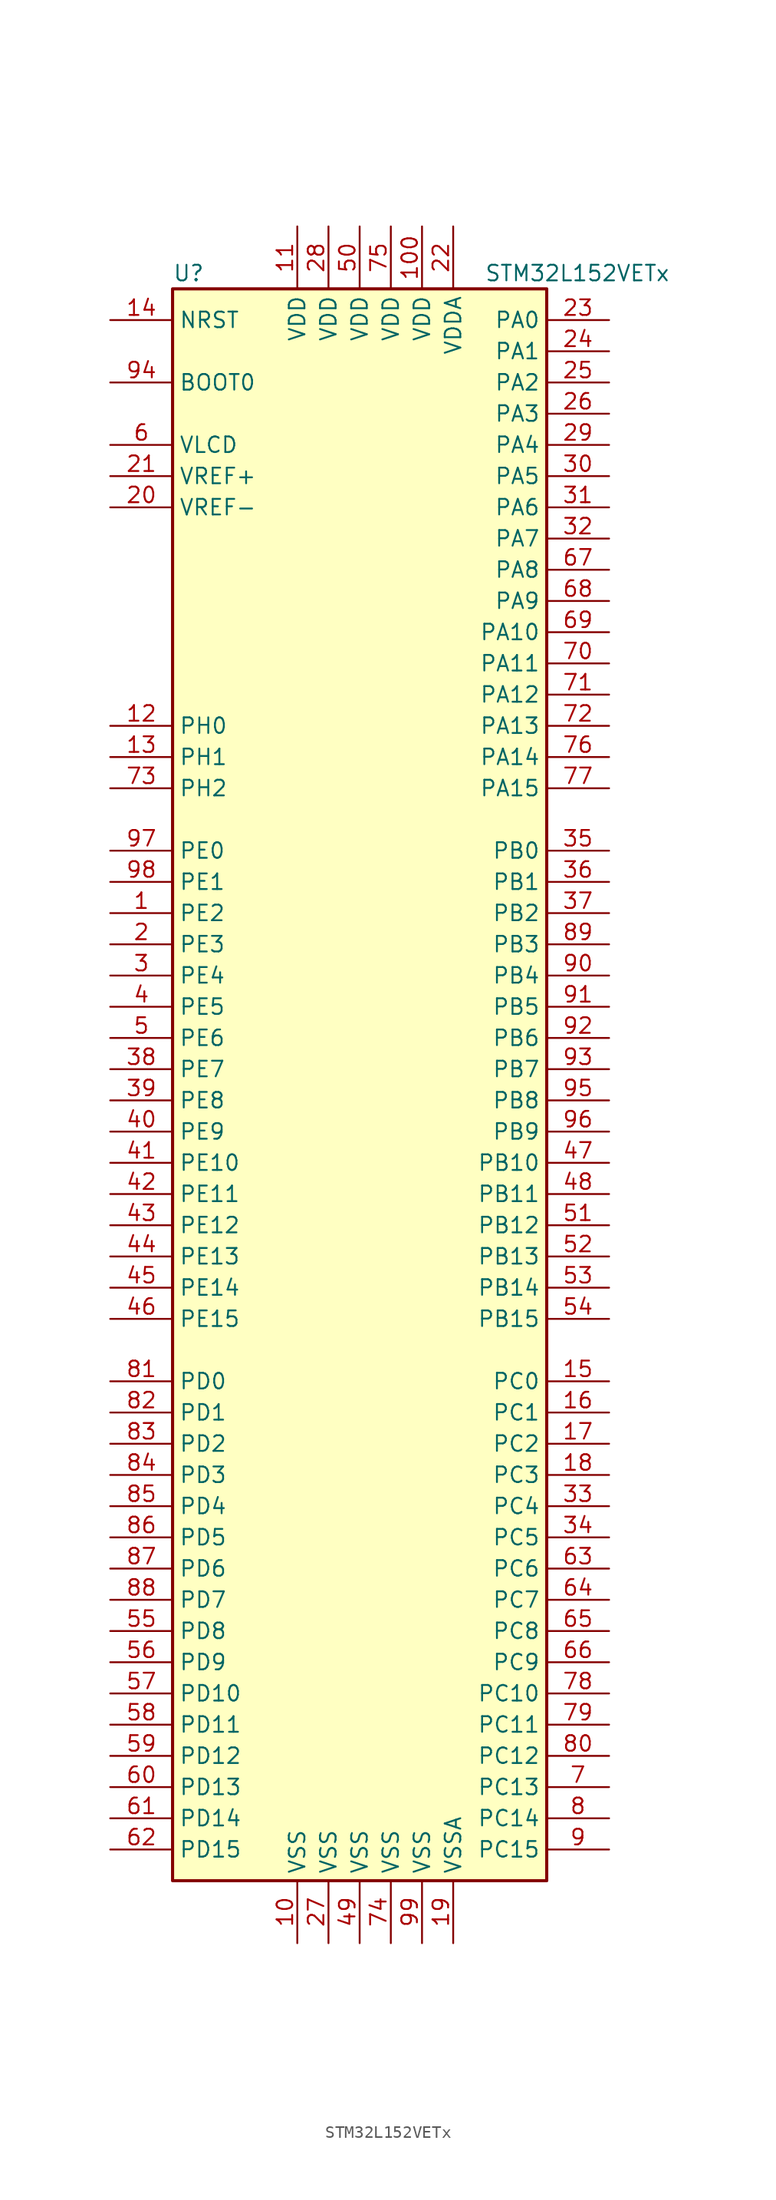
<source format=kicad_sym>
(kicad_symbol_lib
  (version 20211014)
  (generator kicad_symbol_editor)
  (symbol "STM32L152VETx"
    (property "Reference" "U"
      (at -15.24 64.77 0)
      (effects (font (size 1.27 1.27)) (justify left)))
    (property "Value" "STM32L152VETx"
      (at 10.16 64.77 0)
      (effects (font (size 1.27 1.27)) (justify left)))
    (symbol "STM32L152VETx_0_1"
      (rectangle (start -15.24 -66.04) (end 15.24 63.5) (stroke (width 0.254) (type default) (color 0 0 0 0)) (fill (type background))))
    (symbol "STM32L152VETx_1_1"
      (pin bidirectional line (at -20.32 12.7 0) (length 5.08) (name "PE2" (effects (font (size 1.27 1.27)))) (number "1" (effects (font (size 1.27 1.27)))))
      (pin power_in line (at -5.08 -71.12 90) (length 5.08) (name "VSS" (effects (font (size 1.27 1.27)))) (number "10" (effects (font (size 1.27 1.27)))))
      (pin power_in line (at 5.08 68.58 270) (length 5.08) (name "VDD" (effects (font (size 1.27 1.27)))) (number "100" (effects (font (size 1.27 1.27)))))
      (pin power_in line (at -5.08 68.58 270) (length 5.08) (name "VDD" (effects (font (size 1.27 1.27)))) (number "11" (effects (font (size 1.27 1.27)))))
      (pin input line (at -20.32 27.94 0) (length 5.08) (name "PH0" (effects (font (size 1.27 1.27)))) (number "12" (effects (font (size 1.27 1.27)))))
      (pin input line (at -20.32 25.4 0) (length 5.08) (name "PH1" (effects (font (size 1.27 1.27)))) (number "13" (effects (font (size 1.27 1.27)))))
      (pin input line (at -20.32 60.96 0) (length 5.08) (name "NRST" (effects (font (size 1.27 1.27)))) (number "14" (effects (font (size 1.27 1.27)))))
      (pin bidirectional line (at 20.32 -25.4 180) (length 5.08) (name "PC0" (effects (font (size 1.27 1.27)))) (number "15" (effects (font (size 1.27 1.27)))))
      (pin bidirectional line (at 20.32 -27.94 180) (length 5.08) (name "PC1" (effects (font (size 1.27 1.27)))) (number "16" (effects (font (size 1.27 1.27)))))
      (pin bidirectional line (at 20.32 -30.48 180) (length 5.08) (name "PC2" (effects (font (size 1.27 1.27)))) (number "17" (effects (font (size 1.27 1.27)))))
      (pin bidirectional line (at 20.32 -33.02 180) (length 5.08) (name "PC3" (effects (font (size 1.27 1.27)))) (number "18" (effects (font (size 1.27 1.27)))))
      (pin power_in line (at 7.62 -71.12 90) (length 5.08) (name "VSSA" (effects (font (size 1.27 1.27)))) (number "19" (effects (font (size 1.27 1.27)))))
      (pin bidirectional line (at -20.32 10.16 0) (length 5.08) (name "PE3" (effects (font (size 1.27 1.27)))) (number "2" (effects (font (size 1.27 1.27)))))
      (pin power_in line (at -20.32 45.72 0) (length 5.08) (name "VREF-" (effects (font (size 1.27 1.27)))) (number "20" (effects (font (size 1.27 1.27)))))
      (pin power_in line (at -20.32 48.26 0) (length 5.08) (name "VREF+" (effects (font (size 1.27 1.27)))) (number "21" (effects (font (size 1.27 1.27)))))
      (pin power_in line (at 7.62 68.58 270) (length 5.08) (name "VDDA" (effects (font (size 1.27 1.27)))) (number "22" (effects (font (size 1.27 1.27)))))
      (pin bidirectional line (at 20.32 60.96 180) (length 5.08) (name "PA0" (effects (font (size 1.27 1.27)))) (number "23" (effects (font (size 1.27 1.27)))))
      (pin bidirectional line (at 20.32 58.42 180) (length 5.08) (name "PA1" (effects (font (size 1.27 1.27)))) (number "24" (effects (font (size 1.27 1.27)))))
      (pin bidirectional line (at 20.32 55.88 180) (length 5.08) (name "PA2" (effects (font (size 1.27 1.27)))) (number "25" (effects (font (size 1.27 1.27)))))
      (pin bidirectional line (at 20.32 53.34 180) (length 5.08) (name "PA3" (effects (font (size 1.27 1.27)))) (number "26" (effects (font (size 1.27 1.27)))))
      (pin power_in line (at -2.54 -71.12 90) (length 5.08) (name "VSS" (effects (font (size 1.27 1.27)))) (number "27" (effects (font (size 1.27 1.27)))))
      (pin power_in line (at -2.54 68.58 270) (length 5.08) (name "VDD" (effects (font (size 1.27 1.27)))) (number "28" (effects (font (size 1.27 1.27)))))
      (pin bidirectional line (at 20.32 50.8 180) (length 5.08) (name "PA4" (effects (font (size 1.27 1.27)))) (number "29" (effects (font (size 1.27 1.27)))))
      (pin bidirectional line (at -20.32 7.62 0) (length 5.08) (name "PE4" (effects (font (size 1.27 1.27)))) (number "3" (effects (font (size 1.27 1.27)))))
      (pin bidirectional line (at 20.32 48.26 180) (length 5.08) (name "PA5" (effects (font (size 1.27 1.27)))) (number "30" (effects (font (size 1.27 1.27)))))
      (pin bidirectional line (at 20.32 45.72 180) (length 5.08) (name "PA6" (effects (font (size 1.27 1.27)))) (number "31" (effects (font (size 1.27 1.27)))))
      (pin bidirectional line (at 20.32 43.18 180) (length 5.08) (name "PA7" (effects (font (size 1.27 1.27)))) (number "32" (effects (font (size 1.27 1.27)))))
      (pin bidirectional line (at 20.32 -35.56 180) (length 5.08) (name "PC4" (effects (font (size 1.27 1.27)))) (number "33" (effects (font (size 1.27 1.27)))))
      (pin bidirectional line (at 20.32 -38.1 180) (length 5.08) (name "PC5" (effects (font (size 1.27 1.27)))) (number "34" (effects (font (size 1.27 1.27)))))
      (pin bidirectional line (at 20.32 17.78 180) (length 5.08) (name "PB0" (effects (font (size 1.27 1.27)))) (number "35" (effects (font (size 1.27 1.27)))))
      (pin bidirectional line (at 20.32 15.24 180) (length 5.08) (name "PB1" (effects (font (size 1.27 1.27)))) (number "36" (effects (font (size 1.27 1.27)))))
      (pin bidirectional line (at 20.32 12.7 180) (length 5.08) (name "PB2" (effects (font (size 1.27 1.27)))) (number "37" (effects (font (size 1.27 1.27)))))
      (pin bidirectional line (at -20.32 0 0) (length 5.08) (name "PE7" (effects (font (size 1.27 1.27)))) (number "38" (effects (font (size 1.27 1.27)))))
      (pin bidirectional line (at -20.32 -2.54 0) (length 5.08) (name "PE8" (effects (font (size 1.27 1.27)))) (number "39" (effects (font (size 1.27 1.27)))))
      (pin bidirectional line (at -20.32 5.08 0) (length 5.08) (name "PE5" (effects (font (size 1.27 1.27)))) (number "4" (effects (font (size 1.27 1.27)))))
      (pin bidirectional line (at -20.32 -5.08 0) (length 5.08) (name "PE9" (effects (font (size 1.27 1.27)))) (number "40" (effects (font (size 1.27 1.27)))))
      (pin bidirectional line (at -20.32 -7.62 0) (length 5.08) (name "PE10" (effects (font (size 1.27 1.27)))) (number "41" (effects (font (size 1.27 1.27)))))
      (pin bidirectional line (at -20.32 -10.16 0) (length 5.08) (name "PE11" (effects (font (size 1.27 1.27)))) (number "42" (effects (font (size 1.27 1.27)))))
      (pin bidirectional line (at -20.32 -12.7 0) (length 5.08) (name "PE12" (effects (font (size 1.27 1.27)))) (number "43" (effects (font (size 1.27 1.27)))))
      (pin bidirectional line (at -20.32 -15.24 0) (length 5.08) (name "PE13" (effects (font (size 1.27 1.27)))) (number "44" (effects (font (size 1.27 1.27)))))
      (pin bidirectional line (at -20.32 -17.78 0) (length 5.08) (name "PE14" (effects (font (size 1.27 1.27)))) (number "45" (effects (font (size 1.27 1.27)))))
      (pin bidirectional line (at -20.32 -20.32 0) (length 5.08) (name "PE15" (effects (font (size 1.27 1.27)))) (number "46" (effects (font (size 1.27 1.27)))))
      (pin bidirectional line (at 20.32 -7.62 180) (length 5.08) (name "PB10" (effects (font (size 1.27 1.27)))) (number "47" (effects (font (size 1.27 1.27)))))
      (pin bidirectional line (at 20.32 -10.16 180) (length 5.08) (name "PB11" (effects (font (size 1.27 1.27)))) (number "48" (effects (font (size 1.27 1.27)))))
      (pin power_in line (at 0 -71.12 90) (length 5.08) (name "VSS" (effects (font (size 1.27 1.27)))) (number "49" (effects (font (size 1.27 1.27)))))
      (pin bidirectional line (at -20.32 2.54 0) (length 5.08) (name "PE6" (effects (font (size 1.27 1.27)))) (number "5" (effects (font (size 1.27 1.27)))))
      (pin power_in line (at 0 68.58 270) (length 5.08) (name "VDD" (effects (font (size 1.27 1.27)))) (number "50" (effects (font (size 1.27 1.27)))))
      (pin bidirectional line (at 20.32 -12.7 180) (length 5.08) (name "PB12" (effects (font (size 1.27 1.27)))) (number "51" (effects (font (size 1.27 1.27)))))
      (pin bidirectional line (at 20.32 -15.24 180) (length 5.08) (name "PB13" (effects (font (size 1.27 1.27)))) (number "52" (effects (font (size 1.27 1.27)))))
      (pin bidirectional line (at 20.32 -17.78 180) (length 5.08) (name "PB14" (effects (font (size 1.27 1.27)))) (number "53" (effects (font (size 1.27 1.27)))))
      (pin bidirectional line (at 20.32 -20.32 180) (length 5.08) (name "PB15" (effects (font (size 1.27 1.27)))) (number "54" (effects (font (size 1.27 1.27)))))
      (pin bidirectional line (at -20.32 -45.72 0) (length 5.08) (name "PD8" (effects (font (size 1.27 1.27)))) (number "55" (effects (font (size 1.27 1.27)))))
      (pin bidirectional line (at -20.32 -48.26 0) (length 5.08) (name "PD9" (effects (font (size 1.27 1.27)))) (number "56" (effects (font (size 1.27 1.27)))))
      (pin bidirectional line (at -20.32 -50.8 0) (length 5.08) (name "PD10" (effects (font (size 1.27 1.27)))) (number "57" (effects (font (size 1.27 1.27)))))
      (pin bidirectional line (at -20.32 -53.34 0) (length 5.08) (name "PD11" (effects (font (size 1.27 1.27)))) (number "58" (effects (font (size 1.27 1.27)))))
      (pin bidirectional line (at -20.32 -55.88 0) (length 5.08) (name "PD12" (effects (font (size 1.27 1.27)))) (number "59" (effects (font (size 1.27 1.27)))))
      (pin power_in line (at -20.32 50.8 0) (length 5.08) (name "VLCD" (effects (font (size 1.27 1.27)))) (number "6" (effects (font (size 1.27 1.27)))))
      (pin bidirectional line (at -20.32 -58.42 0) (length 5.08) (name "PD13" (effects (font (size 1.27 1.27)))) (number "60" (effects (font (size 1.27 1.27)))))
      (pin bidirectional line (at -20.32 -60.96 0) (length 5.08) (name "PD14" (effects (font (size 1.27 1.27)))) (number "61" (effects (font (size 1.27 1.27)))))
      (pin bidirectional line (at -20.32 -63.5 0) (length 5.08) (name "PD15" (effects (font (size 1.27 1.27)))) (number "62" (effects (font (size 1.27 1.27)))))
      (pin bidirectional line (at 20.32 -40.64 180) (length 5.08) (name "PC6" (effects (font (size 1.27 1.27)))) (number "63" (effects (font (size 1.27 1.27)))))
      (pin bidirectional line (at 20.32 -43.18 180) (length 5.08) (name "PC7" (effects (font (size 1.27 1.27)))) (number "64" (effects (font (size 1.27 1.27)))))
      (pin bidirectional line (at 20.32 -45.72 180) (length 5.08) (name "PC8" (effects (font (size 1.27 1.27)))) (number "65" (effects (font (size 1.27 1.27)))))
      (pin bidirectional line (at 20.32 -48.26 180) (length 5.08) (name "PC9" (effects (font (size 1.27 1.27)))) (number "66" (effects (font (size 1.27 1.27)))))
      (pin bidirectional line (at 20.32 40.64 180) (length 5.08) (name "PA8" (effects (font (size 1.27 1.27)))) (number "67" (effects (font (size 1.27 1.27)))))
      (pin bidirectional line (at 20.32 38.1 180) (length 5.08) (name "PA9" (effects (font (size 1.27 1.27)))) (number "68" (effects (font (size 1.27 1.27)))))
      (pin bidirectional line (at 20.32 35.56 180) (length 5.08) (name "PA10" (effects (font (size 1.27 1.27)))) (number "69" (effects (font (size 1.27 1.27)))))
      (pin bidirectional line (at 20.32 -58.42 180) (length 5.08) (name "PC13" (effects (font (size 1.27 1.27)))) (number "7" (effects (font (size 1.27 1.27)))))
      (pin bidirectional line (at 20.32 33.02 180) (length 5.08) (name "PA11" (effects (font (size 1.27 1.27)))) (number "70" (effects (font (size 1.27 1.27)))))
      (pin bidirectional line (at 20.32 30.48 180) (length 5.08) (name "PA12" (effects (font (size 1.27 1.27)))) (number "71" (effects (font (size 1.27 1.27)))))
      (pin bidirectional line (at 20.32 27.94 180) (length 5.08) (name "PA13" (effects (font (size 1.27 1.27)))) (number "72" (effects (font (size 1.27 1.27)))))
      (pin bidirectional line (at -20.32 22.86 0) (length 5.08) (name "PH2" (effects (font (size 1.27 1.27)))) (number "73" (effects (font (size 1.27 1.27)))))
      (pin power_in line (at 2.54 -71.12 90) (length 5.08) (name "VSS" (effects (font (size 1.27 1.27)))) (number "74" (effects (font (size 1.27 1.27)))))
      (pin power_in line (at 2.54 68.58 270) (length 5.08) (name "VDD" (effects (font (size 1.27 1.27)))) (number "75" (effects (font (size 1.27 1.27)))))
      (pin bidirectional line (at 20.32 25.4 180) (length 5.08) (name "PA14" (effects (font (size 1.27 1.27)))) (number "76" (effects (font (size 1.27 1.27)))))
      (pin bidirectional line (at 20.32 22.86 180) (length 5.08) (name "PA15" (effects (font (size 1.27 1.27)))) (number "77" (effects (font (size 1.27 1.27)))))
      (pin bidirectional line (at 20.32 -50.8 180) (length 5.08) (name "PC10" (effects (font (size 1.27 1.27)))) (number "78" (effects (font (size 1.27 1.27)))))
      (pin bidirectional line (at 20.32 -53.34 180) (length 5.08) (name "PC11" (effects (font (size 1.27 1.27)))) (number "79" (effects (font (size 1.27 1.27)))))
      (pin bidirectional line (at 20.32 -60.96 180) (length 5.08) (name "PC14" (effects (font (size 1.27 1.27)))) (number "8" (effects (font (size 1.27 1.27)))))
      (pin bidirectional line (at 20.32 -55.88 180) (length 5.08) (name "PC12" (effects (font (size 1.27 1.27)))) (number "80" (effects (font (size 1.27 1.27)))))
      (pin bidirectional line (at -20.32 -25.4 0) (length 5.08) (name "PD0" (effects (font (size 1.27 1.27)))) (number "81" (effects (font (size 1.27 1.27)))))
      (pin bidirectional line (at -20.32 -27.94 0) (length 5.08) (name "PD1" (effects (font (size 1.27 1.27)))) (number "82" (effects (font (size 1.27 1.27)))))
      (pin bidirectional line (at -20.32 -30.48 0) (length 5.08) (name "PD2" (effects (font (size 1.27 1.27)))) (number "83" (effects (font (size 1.27 1.27)))))
      (pin bidirectional line (at -20.32 -33.02 0) (length 5.08) (name "PD3" (effects (font (size 1.27 1.27)))) (number "84" (effects (font (size 1.27 1.27)))))
      (pin bidirectional line (at -20.32 -35.56 0) (length 5.08) (name "PD4" (effects (font (size 1.27 1.27)))) (number "85" (effects (font (size 1.27 1.27)))))
      (pin bidirectional line (at -20.32 -38.1 0) (length 5.08) (name "PD5" (effects (font (size 1.27 1.27)))) (number "86" (effects (font (size 1.27 1.27)))))
      (pin bidirectional line (at -20.32 -40.64 0) (length 5.08) (name "PD6" (effects (font (size 1.27 1.27)))) (number "87" (effects (font (size 1.27 1.27)))))
      (pin bidirectional line (at -20.32 -43.18 0) (length 5.08) (name "PD7" (effects (font (size 1.27 1.27)))) (number "88" (effects (font (size 1.27 1.27)))))
      (pin bidirectional line (at 20.32 10.16 180) (length 5.08) (name "PB3" (effects (font (size 1.27 1.27)))) (number "89" (effects (font (size 1.27 1.27)))))
      (pin bidirectional line (at 20.32 -63.5 180) (length 5.08) (name "PC15" (effects (font (size 1.27 1.27)))) (number "9" (effects (font (size 1.27 1.27)))))
      (pin bidirectional line (at 20.32 7.62 180) (length 5.08) (name "PB4" (effects (font (size 1.27 1.27)))) (number "90" (effects (font (size 1.27 1.27)))))
      (pin bidirectional line (at 20.32 5.08 180) (length 5.08) (name "PB5" (effects (font (size 1.27 1.27)))) (number "91" (effects (font (size 1.27 1.27)))))
      (pin bidirectional line (at 20.32 2.54 180) (length 5.08) (name "PB6" (effects (font (size 1.27 1.27)))) (number "92" (effects (font (size 1.27 1.27)))))
      (pin bidirectional line (at 20.32 0 180) (length 5.08) (name "PB7" (effects (font (size 1.27 1.27)))) (number "93" (effects (font (size 1.27 1.27)))))
      (pin input line (at -20.32 55.88 0) (length 5.08) (name "BOOT0" (effects (font (size 1.27 1.27)))) (number "94" (effects (font (size 1.27 1.27)))))
      (pin bidirectional line (at 20.32 -2.54 180) (length 5.08) (name "PB8" (effects (font (size 1.27 1.27)))) (number "95" (effects (font (size 1.27 1.27)))))
      (pin bidirectional line (at 20.32 -5.08 180) (length 5.08) (name "PB9" (effects (font (size 1.27 1.27)))) (number "96" (effects (font (size 1.27 1.27)))))
      (pin bidirectional line (at -20.32 17.78 0) (length 5.08) (name "PE0" (effects (font (size 1.27 1.27)))) (number "97" (effects (font (size 1.27 1.27)))))
      (pin bidirectional line (at -20.32 15.24 0) (length 5.08) (name "PE1" (effects (font (size 1.27 1.27)))) (number "98" (effects (font (size 1.27 1.27)))))
      (pin power_in line (at 5.08 -71.12 90) (length 5.08) (name "VSS" (effects (font (size 1.27 1.27)))) (number "99" (effects (font (size 1.27 1.27))))))))
</source>
